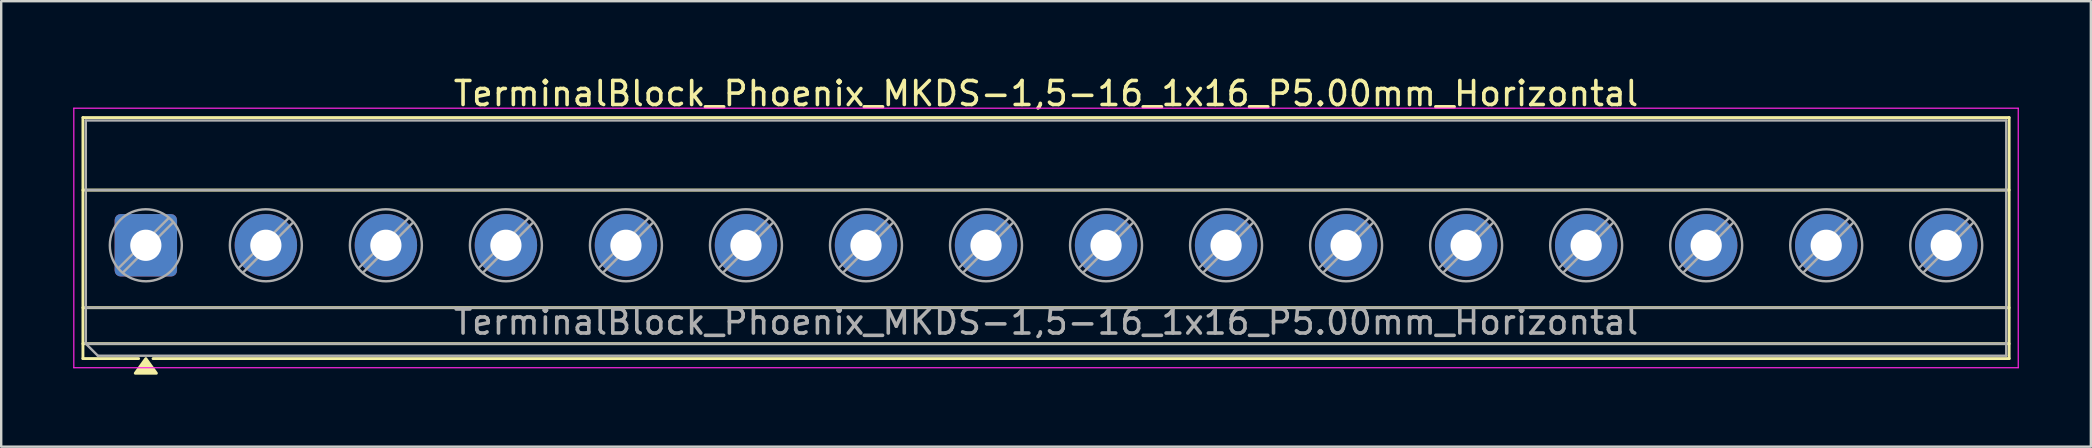
<source format=kicad_pcb>
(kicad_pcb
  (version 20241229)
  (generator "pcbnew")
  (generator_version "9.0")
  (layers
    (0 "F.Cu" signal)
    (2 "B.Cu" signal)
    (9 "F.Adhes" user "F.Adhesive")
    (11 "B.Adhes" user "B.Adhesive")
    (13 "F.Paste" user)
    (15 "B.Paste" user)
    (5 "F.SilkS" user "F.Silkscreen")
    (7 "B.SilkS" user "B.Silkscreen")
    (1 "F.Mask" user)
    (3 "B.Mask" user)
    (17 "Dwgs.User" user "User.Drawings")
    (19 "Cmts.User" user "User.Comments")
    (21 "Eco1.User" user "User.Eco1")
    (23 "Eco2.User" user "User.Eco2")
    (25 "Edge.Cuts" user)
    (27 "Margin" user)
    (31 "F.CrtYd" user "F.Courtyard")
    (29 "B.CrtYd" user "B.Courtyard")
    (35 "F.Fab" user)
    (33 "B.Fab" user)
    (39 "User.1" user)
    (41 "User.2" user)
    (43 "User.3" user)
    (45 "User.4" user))
  (footprint "TerminalBlock_Phoenix_MKDS-1,5-16_1x16_P5.00mm_Horizontal"
    (layer "F.Cu")
    (at 3.025 7.168)
    (property "Reference" "TerminalBlock_Phoenix_MKDS-1,5-16_1x16_P5.00mm_Horizontal" (at 37.5 -6.32 0) (layer "F.SilkS") (effects (font (size 1 1) (thickness 0.15))))
    (attr through_hole)
    (fp_line (start -2.62 -5.32) (end -2.62 4.72) (stroke (width 0.12) (type solid)) (layer "F.SilkS"))
    (fp_line (start -2.62 -5.32) (end 77.62 -5.32) (stroke (width 0.12) (type solid)) (layer "F.SilkS"))
    (fp_line (start -2.62 -2.3) (end 77.62 -2.3) (stroke (width 0.12) (type solid)) (layer "F.SilkS"))
    (fp_line (start -2.62 2.6) (end 77.62 2.6) (stroke (width 0.12) (type solid)) (layer "F.SilkS"))
    (fp_line (start -2.62 4.1) (end 77.62 4.1) (stroke (width 0.12) (type solid)) (layer "F.SilkS"))
    (fp_line (start -2.62 4.72) (end -0.3 4.72) (stroke (width 0.12) (type solid)) (layer "F.SilkS"))
    (fp_line (start 0.3 4.72) (end 77.62 4.72) (stroke (width 0.12) (type solid)) (layer "F.SilkS"))
    (fp_line (start 77.62 -5.32) (end 77.62 4.72) (stroke (width 0.12) (type solid)) (layer "F.SilkS"))
    (fp_poly (pts (xy 0 4.72) (xy 0.44 5.33) (xy -0.44 5.33)) (stroke (width 0.12) (type solid)) (fill yes) (layer "F.SilkS"))
    (fp_line (start -3 -5.71) (end -3 5.1) (stroke (width 0.05) (type solid)) (layer "F.CrtYd"))
    (fp_line (start -3 5.1) (end 78 5.1) (stroke (width 0.05) (type solid)) (layer "F.CrtYd"))
    (fp_line (start 78 -5.71) (end -3 -5.71) (stroke (width 0.05) (type solid)) (layer "F.CrtYd"))
    (fp_line (start 78 5.1) (end 78 -5.71) (stroke (width 0.05) (type solid)) (layer "F.CrtYd"))
    (fp_line (start -2.5 -5.2) (end 77.5 -5.2) (stroke (width 0.1) (type solid)) (layer "F.Fab"))
    (fp_line (start -2.5 -2.3) (end 77.5 -2.3) (stroke (width 0.1) (type solid)) (layer "F.Fab"))
    (fp_line (start -2.5 2.6) (end 77.5 2.6) (stroke (width 0.1) (type solid)) (layer "F.Fab"))
    (fp_line (start -2.5 4.1) (end -2.5 -5.2) (stroke (width 0.1) (type solid)) (layer "F.Fab"))
    (fp_line (start -2.5 4.1) (end 77.5 4.1) (stroke (width 0.1) (type solid)) (layer "F.Fab"))
    (fp_line (start -2 4.6) (end -2.5 4.1) (stroke (width 0.1) (type solid)) (layer "F.Fab"))
    (fp_line (start 0.955 -1.138) (end -1.138 0.954) (stroke (width 0.1) (type solid)) (layer "F.Fab"))
    (fp_line (start 1.138 -0.954) (end -0.955 1.137) (stroke (width 0.1) (type solid)) (layer "F.Fab"))
    (fp_line (start 5.955 -1.138) (end 3.862 0.954) (stroke (width 0.1) (type solid)) (layer "F.Fab"))
    (fp_line (start 6.138 -0.954) (end 4.045 1.137) (stroke (width 0.1) (type solid)) (layer "F.Fab"))
    (fp_line (start 10.955 -1.138) (end 8.862 0.954) (stroke (width 0.1) (type solid)) (layer "F.Fab"))
    (fp_line (start 11.138 -0.954) (end 9.045 1.137) (stroke (width 0.1) (type solid)) (layer "F.Fab"))
    (fp_line (start 15.955 -1.138) (end 13.862 0.954) (stroke (width 0.1) (type solid)) (layer "F.Fab"))
    (fp_line (start 16.138 -0.954) (end 14.045 1.137) (stroke (width 0.1) (type solid)) (layer "F.Fab"))
    (fp_line (start 20.955 -1.138) (end 18.862 0.954) (stroke (width 0.1) (type solid)) (layer "F.Fab"))
    (fp_line (start 21.138 -0.954) (end 19.045 1.137) (stroke (width 0.1) (type solid)) (layer "F.Fab"))
    (fp_line (start 25.955 -1.138) (end 23.862 0.954) (stroke (width 0.1) (type solid)) (layer "F.Fab"))
    (fp_line (start 26.138 -0.954) (end 24.045 1.137) (stroke (width 0.1) (type solid)) (layer "F.Fab"))
    (fp_line (start 30.955 -1.138) (end 28.862 0.954) (stroke (width 0.1) (type solid)) (layer "F.Fab"))
    (fp_line (start 31.138 -0.954) (end 29.045 1.137) (stroke (width 0.1) (type solid)) (layer "F.Fab"))
    (fp_line (start 35.955 -1.138) (end 33.862 0.954) (stroke (width 0.1) (type solid)) (layer "F.Fab"))
    (fp_line (start 36.138 -0.954) (end 34.045 1.137) (stroke (width 0.1) (type solid)) (layer "F.Fab"))
    (fp_line (start 40.955 -1.138) (end 38.862 0.954) (stroke (width 0.1) (type solid)) (layer "F.Fab"))
    (fp_line (start 41.138 -0.954) (end 39.045 1.137) (stroke (width 0.1) (type solid)) (layer "F.Fab"))
    (fp_line (start 45.955 -1.138) (end 43.862 0.954) (stroke (width 0.1) (type solid)) (layer "F.Fab"))
    (fp_line (start 46.138 -0.954) (end 44.045 1.137) (stroke (width 0.1) (type solid)) (layer "F.Fab"))
    (fp_line (start 50.955 -1.138) (end 48.862 0.954) (stroke (width 0.1) (type solid)) (layer "F.Fab"))
    (fp_line (start 51.138 -0.954) (end 49.045 1.137) (stroke (width 0.1) (type solid)) (layer "F.Fab"))
    (fp_line (start 55.955 -1.138) (end 53.862 0.954) (stroke (width 0.1) (type solid)) (layer "F.Fab"))
    (fp_line (start 56.138 -0.954) (end 54.045 1.137) (stroke (width 0.1) (type solid)) (layer "F.Fab"))
    (fp_line (start 60.955 -1.138) (end 58.862 0.954) (stroke (width 0.1) (type solid)) (layer "F.Fab"))
    (fp_line (start 61.138 -0.954) (end 59.045 1.137) (stroke (width 0.1) (type solid)) (layer "F.Fab"))
    (fp_line (start 65.955 -1.138) (end 63.862 0.954) (stroke (width 0.1) (type solid)) (layer "F.Fab"))
    (fp_line (start 66.138 -0.954) (end 64.045 1.137) (stroke (width 0.1) (type solid)) (layer "F.Fab"))
    (fp_line (start 70.955 -1.138) (end 68.862 0.954) (stroke (width 0.1) (type solid)) (layer "F.Fab"))
    (fp_line (start 71.138 -0.954) (end 69.045 1.137) (stroke (width 0.1) (type solid)) (layer "F.Fab"))
    (fp_line (start 75.955 -1.138) (end 73.862 0.954) (stroke (width 0.1) (type solid)) (layer "F.Fab"))
    (fp_line (start 76.138 -0.954) (end 74.045 1.137) (stroke (width 0.1) (type solid)) (layer "F.Fab"))
    (fp_line (start 77.5 -5.2) (end 77.5 4.6) (stroke (width 0.1) (type solid)) (layer "F.Fab"))
    (fp_line (start 77.5 4.6) (end -2 4.6) (stroke (width 0.1) (type solid)) (layer "F.Fab"))
    (fp_circle (center 0 0) (end 1.5 0) (stroke (width 0.1) (type solid)) (fill no) (layer "F.Fab"))
    (fp_circle (center 5 0) (end 6.5 0) (stroke (width 0.1) (type solid)) (fill no) (layer "F.Fab"))
    (fp_circle (center 10 0) (end 11.5 0) (stroke (width 0.1) (type solid)) (fill no) (layer "F.Fab"))
    (fp_circle (center 15 0) (end 16.5 0) (stroke (width 0.1) (type solid)) (fill no) (layer "F.Fab"))
    (fp_circle (center 20 0) (end 21.5 0) (stroke (width 0.1) (type solid)) (fill no) (layer "F.Fab"))
    (fp_circle (center 25 0) (end 26.5 0) (stroke (width 0.1) (type solid)) (fill no) (layer "F.Fab"))
    (fp_circle (center 30 0) (end 31.5 0) (stroke (width 0.1) (type solid)) (fill no) (layer "F.Fab"))
    (fp_circle (center 35 0) (end 36.5 0) (stroke (width 0.1) (type solid)) (fill no) (layer "F.Fab"))
    (fp_circle (center 40 0) (end 41.5 0) (stroke (width 0.1) (type solid)) (fill no) (layer "F.Fab"))
    (fp_circle (center 45 0) (end 46.5 0) (stroke (width 0.1) (type solid)) (fill no) (layer "F.Fab"))
    (fp_circle (center 50 0) (end 51.5 0) (stroke (width 0.1) (type solid)) (fill no) (layer "F.Fab"))
    (fp_circle (center 55 0) (end 56.5 0) (stroke (width 0.1) (type solid)) (fill no) (layer "F.Fab"))
    (fp_circle (center 60 0) (end 61.5 0) (stroke (width 0.1) (type solid)) (fill no) (layer "F.Fab"))
    (fp_circle (center 65 0) (end 66.5 0) (stroke (width 0.1) (type solid)) (fill no) (layer "F.Fab"))
    (fp_circle (center 70 0) (end 71.5 0) (stroke (width 0.1) (type solid)) (fill no) (layer "F.Fab"))
    (fp_circle (center 75 0) (end 76.5 0) (stroke (width 0.1) (type solid)) (fill no) (layer "F.Fab"))
    (fp_text user "${REFERENCE}" (at 37.5 3.2 0) (layer "F.Fab") (effects (font (size 1 1) (thickness 0.15))))
    (pad "1" thru_hole roundrect (at 0 0) (size 2.6 2.6) (drill 1.3) (layers "*.Cu" "*.Mask") (roundrect_rratio 0.096))
    (pad "2" thru_hole circle (at 5 0) (size 2.6 2.6) (drill 1.3) (layers "*.Cu" "*.Mask"))
    (pad "3" thru_hole circle (at 10 0) (size 2.6 2.6) (drill 1.3) (layers "*.Cu" "*.Mask"))
    (pad "4" thru_hole circle (at 15 0) (size 2.6 2.6) (drill 1.3) (layers "*.Cu" "*.Mask"))
    (pad "5" thru_hole circle (at 20 0) (size 2.6 2.6) (drill 1.3) (layers "*.Cu" "*.Mask"))
    (pad "6" thru_hole circle (at 25 0) (size 2.6 2.6) (drill 1.3) (layers "*.Cu" "*.Mask"))
    (pad "7" thru_hole circle (at 30 0) (size 2.6 2.6) (drill 1.3) (layers "*.Cu" "*.Mask"))
    (pad "8" thru_hole circle (at 35 0) (size 2.6 2.6) (drill 1.3) (layers "*.Cu" "*.Mask"))
    (pad "9" thru_hole circle (at 40 0) (size 2.6 2.6) (drill 1.3) (layers "*.Cu" "*.Mask"))
    (pad "10" thru_hole circle (at 45 0) (size 2.6 2.6) (drill 1.3) (layers "*.Cu" "*.Mask"))
    (pad "11" thru_hole circle (at 50 0) (size 2.6 2.6) (drill 1.3) (layers "*.Cu" "*.Mask"))
    (pad "12" thru_hole circle (at 55 0) (size 2.6 2.6) (drill 1.3) (layers "*.Cu" "*.Mask"))
    (pad "13" thru_hole circle (at 60 0) (size 2.6 2.6) (drill 1.3) (layers "*.Cu" "*.Mask"))
    (pad "14" thru_hole circle (at 65 0) (size 2.6 2.6) (drill 1.3) (layers "*.Cu" "*.Mask"))
    (pad "15" thru_hole circle (at 70 0) (size 2.6 2.6) (drill 1.3) (layers "*.Cu" "*.Mask"))
    (pad "16" thru_hole circle (at 75 0) (size 2.6 2.6) (drill 1.3) (layers "*.Cu" "*.Mask")))
  (gr_rect
    (start -3 -3)
    (end 84.05 15.558)
    (stroke (width 0.1) (type default))
    (fill no)
    (layer "Edge.Cuts")))
</source>
